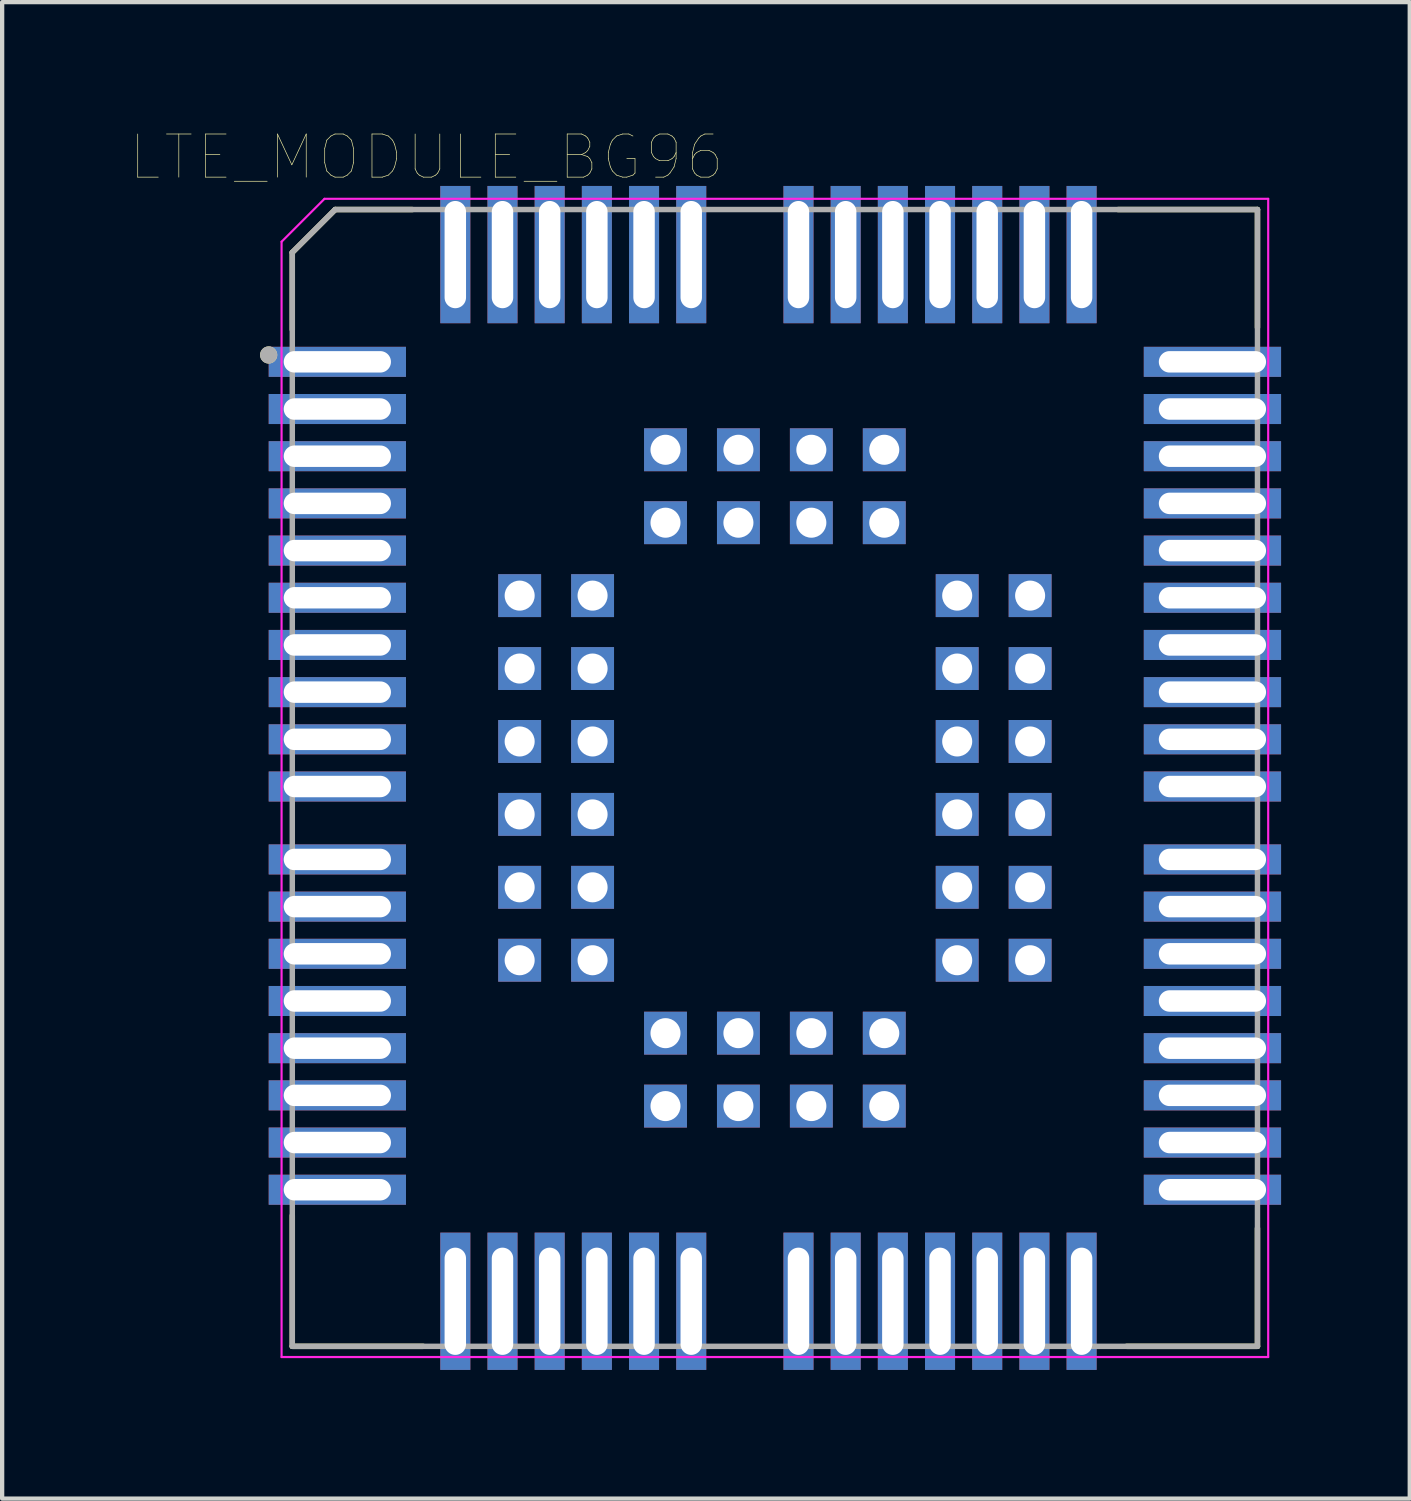
<source format=kicad_pcb>
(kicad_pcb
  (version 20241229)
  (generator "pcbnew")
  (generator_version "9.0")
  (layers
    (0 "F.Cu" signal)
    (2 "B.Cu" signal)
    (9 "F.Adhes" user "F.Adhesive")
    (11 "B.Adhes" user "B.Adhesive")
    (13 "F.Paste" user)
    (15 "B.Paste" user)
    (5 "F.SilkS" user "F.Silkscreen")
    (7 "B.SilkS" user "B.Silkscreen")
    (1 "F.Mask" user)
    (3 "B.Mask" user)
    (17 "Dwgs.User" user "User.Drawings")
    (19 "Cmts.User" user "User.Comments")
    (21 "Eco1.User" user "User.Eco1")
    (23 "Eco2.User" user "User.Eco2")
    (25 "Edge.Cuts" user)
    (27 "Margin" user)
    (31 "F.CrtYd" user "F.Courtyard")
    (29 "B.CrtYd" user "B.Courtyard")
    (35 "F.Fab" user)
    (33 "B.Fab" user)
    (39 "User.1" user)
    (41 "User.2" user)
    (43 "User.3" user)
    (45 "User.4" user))
  (footprint "LTE_MODULE_BG96"
    (layer "F.Cu")
    (at 15.014 15.085)
    (property "Reference" "LTE_MODULE_BG96" (at -8.123 -14.47 0) (layer "F.SilkS") (effects (font (size 1.006 1.006) (thickness 0.015))))
    (attr through_hole)
    (fp_line (start -11.25 -12.25) (end -11.25 -10.45) (stroke (width 0.127) (type solid)) (layer "F.SilkS"))
    (fp_line (start -11.25 10.2) (end -11.25 13.25) (stroke (width 0.127) (type solid)) (layer "F.SilkS"))
    (fp_line (start -11.25 13.25) (end -8.2 13.25) (stroke (width 0.127) (type solid)) (layer "F.SilkS"))
    (fp_line (start -10.25 -13.25) (end -11.25 -12.25) (stroke (width 0.127) (type solid)) (layer "F.SilkS"))
    (fp_line (start -10.25 -13.25) (end -8.45 -13.25) (stroke (width 0.127) (type solid)) (layer "F.SilkS"))
    (fp_line (start 8 -13.25) (end 11.25 -13.25) (stroke (width 0.127) (type solid)) (layer "F.SilkS"))
    (fp_line (start 8.2 13.25) (end 11.25 13.25) (stroke (width 0.127) (type solid)) (layer "F.SilkS"))
    (fp_line (start 11.25 -10.5) (end 11.25 -13.25) (stroke (width 0.127) (type solid)) (layer "F.SilkS"))
    (fp_line (start 11.25 13.25) (end 11.25 10.5) (stroke (width 0.127) (type solid)) (layer "F.SilkS"))
    (fp_circle (center -11.801 -9.86) (end -11.701 -9.86) (stroke (width 0.2) (type solid)) (fill no) (layer "F.SilkS"))
    (fp_line (start -11.5 -12.5) (end -11.5 13.5) (stroke (width 0.05) (type solid)) (layer "F.CrtYd"))
    (fp_line (start -11.5 13.5) (end 11.5 13.5) (stroke (width 0.05) (type solid)) (layer "F.CrtYd"))
    (fp_line (start -10.5 -13.5) (end -11.5 -12.5) (stroke (width 0.05) (type solid)) (layer "F.CrtYd"))
    (fp_line (start 11.5 -13.5) (end -10.5 -13.5) (stroke (width 0.05) (type solid)) (layer "F.CrtYd"))
    (fp_line (start 11.5 13.5) (end 11.5 -13.5) (stroke (width 0.05) (type solid)) (layer "F.CrtYd"))
    (fp_line (start -11.25 -12.25) (end -11.25 13.25) (stroke (width 0.127) (type solid)) (layer "F.Fab"))
    (fp_line (start -11.25 13.25) (end 11.25 13.25) (stroke (width 0.127) (type solid)) (layer "F.Fab"))
    (fp_line (start -10.25 -13.25) (end -11.25 -12.25) (stroke (width 0.127) (type solid)) (layer "F.Fab"))
    (fp_line (start 11.25 -13.25) (end -10.25 -13.25) (stroke (width 0.127) (type solid)) (layer "F.Fab"))
    (fp_line (start 11.25 13.25) (end 11.25 -13.25) (stroke (width 0.127) (type solid)) (layer "F.Fab"))
    (fp_circle (center -11.801 -9.86) (end -11.701 -9.86) (stroke (width 0.2) (type solid)) (fill no) (layer "F.Fab"))
    (pad "1" thru_hole rect (at -10.2 -9.7) (size 3.2 0.7) (drill oval 2.5 0.5) (layers "*.Cu" "*.Mask"))
    (pad "2" thru_hole rect (at -10.2 -8.6) (size 3.2 0.7) (drill oval 2.5 0.5) (layers "*.Cu" "*.Mask"))
    (pad "3" thru_hole rect (at -10.2 -7.5) (size 3.2 0.7) (drill oval 2.5 0.5) (layers "*.Cu" "*.Mask"))
    (pad "4" thru_hole rect (at -10.2 -6.4) (size 3.2 0.7) (drill oval 2.5 0.5) (layers "*.Cu" "*.Mask"))
    (pad "5" thru_hole rect (at -10.2 -5.3) (size 3.2 0.7) (drill oval 2.5 0.5) (layers "*.Cu" "*.Mask"))
    (pad "6" thru_hole rect (at -10.2 -4.2) (size 3.2 0.7) (drill oval 2.5 0.5) (layers "*.Cu" "*.Mask"))
    (pad "7" thru_hole rect (at -10.2 -3.1) (size 3.2 0.7) (drill oval 2.5 0.5) (layers "*.Cu" "*.Mask"))
    (pad "8" thru_hole rect (at -10.2 -2) (size 3.2 0.7) (drill oval 2.5 0.5) (layers "*.Cu" "*.Mask"))
    (pad "9" thru_hole rect (at -10.2 -0.9) (size 3.2 0.7) (drill oval 2.5 0.5) (layers "*.Cu" "*.Mask"))
    (pad "10" thru_hole rect (at -10.2 0.2) (size 3.2 0.7) (drill oval 2.5 0.5) (layers "*.Cu" "*.Mask"))
    (pad "11" thru_hole rect (at -10.2 1.9) (size 3.2 0.7) (drill oval 2.5 0.5) (layers "*.Cu" "*.Mask"))
    (pad "12" thru_hole rect (at -10.2 3) (size 3.2 0.7) (drill oval 2.5 0.5) (layers "*.Cu" "*.Mask"))
    (pad "13" thru_hole rect (at -10.2 4.1) (size 3.2 0.7) (drill oval 2.5 0.5) (layers "*.Cu" "*.Mask"))
    (pad "14" thru_hole rect (at -10.2 5.2) (size 3.2 0.7) (drill oval 2.5 0.5) (layers "*.Cu" "*.Mask"))
    (pad "15" thru_hole rect (at -10.2 6.3) (size 3.2 0.7) (drill oval 2.5 0.5) (layers "*.Cu" "*.Mask"))
    (pad "16" thru_hole rect (at -10.2 7.4) (size 3.2 0.7) (drill oval 2.5 0.5) (layers "*.Cu" "*.Mask"))
    (pad "17" thru_hole rect (at -10.2 8.5) (size 3.2 0.7) (drill oval 2.5 0.5) (layers "*.Cu" "*.Mask"))
    (pad "18" thru_hole rect (at -10.2 9.6) (size 3.2 0.7) (drill oval 2.5 0.5) (layers "*.Cu" "*.Mask"))
    (pad "19" thru_hole rect (at -7.45 12.2 90) (size 3.2 0.7) (drill oval 2.5 0.5) (layers "*.Cu" "*.Mask"))
    (pad "20" thru_hole rect (at -6.35 12.2 90) (size 3.2 0.7) (drill oval 2.5 0.5) (layers "*.Cu" "*.Mask"))
    (pad "21" thru_hole rect (at -5.25 12.2 90) (size 3.2 0.7) (drill oval 2.5 0.5) (layers "*.Cu" "*.Mask"))
    (pad "22" thru_hole rect (at -4.15 12.2 90) (size 3.2 0.7) (drill oval 2.5 0.5) (layers "*.Cu" "*.Mask"))
    (pad "23" thru_hole rect (at -3.05 12.2 90) (size 3.2 0.7) (drill oval 2.5 0.5) (layers "*.Cu" "*.Mask"))
    (pad "24" thru_hole rect (at -1.95 12.2 90) (size 3.2 0.7) (drill oval 2.5 0.5) (layers "*.Cu" "*.Mask"))
    (pad "25" thru_hole rect (at 0.55 12.2 90) (size 3.2 0.7) (drill oval 2.5 0.5) (layers "*.Cu" "*.Mask"))
    (pad "26" thru_hole rect (at 1.65 12.2 90) (size 3.2 0.7) (drill oval 2.5 0.5) (layers "*.Cu" "*.Mask"))
    (pad "27" thru_hole rect (at 2.75 12.2 90) (size 3.2 0.7) (drill oval 2.5 0.5) (layers "*.Cu" "*.Mask"))
    (pad "28" thru_hole rect (at 3.85 12.2 90) (size 3.2 0.7) (drill oval 2.5 0.5) (layers "*.Cu" "*.Mask"))
    (pad "29" thru_hole rect (at 4.95 12.2 90) (size 3.2 0.7) (drill oval 2.5 0.5) (layers "*.Cu" "*.Mask"))
    (pad "30" thru_hole rect (at 6.05 12.2 90) (size 3.2 0.7) (drill oval 2.5 0.5) (layers "*.Cu" "*.Mask"))
    (pad "31" thru_hole rect (at 7.15 12.2 90) (size 3.2 0.7) (drill oval 2.5 0.5) (layers "*.Cu" "*.Mask"))
    (pad "32" thru_hole rect (at 10.2 9.6 180) (size 3.2 0.7) (drill oval 2.5 0.5) (layers "*.Cu" "*.Mask"))
    (pad "33" thru_hole rect (at 10.2 8.5 180) (size 3.2 0.7) (drill oval 2.5 0.5) (layers "*.Cu" "*.Mask"))
    (pad "34" thru_hole rect (at 10.2 7.4 180) (size 3.2 0.7) (drill oval 2.5 0.5) (layers "*.Cu" "*.Mask"))
    (pad "35" thru_hole rect (at 10.2 6.3 180) (size 3.2 0.7) (drill oval 2.5 0.5) (layers "*.Cu" "*.Mask"))
    (pad "36" thru_hole rect (at 10.2 5.2 180) (size 3.2 0.7) (drill oval 2.5 0.5) (layers "*.Cu" "*.Mask"))
    (pad "37" thru_hole rect (at 10.2 4.1 180) (size 3.2 0.7) (drill oval 2.5 0.5) (layers "*.Cu" "*.Mask"))
    (pad "38" thru_hole rect (at 10.2 3 180) (size 3.2 0.7) (drill oval 2.5 0.5) (layers "*.Cu" "*.Mask"))
    (pad "39" thru_hole rect (at 10.2 1.9 180) (size 3.2 0.7) (drill oval 2.5 0.5) (layers "*.Cu" "*.Mask"))
    (pad "40" thru_hole rect (at 10.2 0.2 180) (size 3.2 0.7) (drill oval 2.5 0.5) (layers "*.Cu" "*.Mask"))
    (pad "41" thru_hole rect (at 10.2 -0.9 180) (size 3.2 0.7) (drill oval 2.5 0.5) (layers "*.Cu" "*.Mask"))
    (pad "42" thru_hole rect (at 10.2 -2 180) (size 3.2 0.7) (drill oval 2.5 0.5) (layers "*.Cu" "*.Mask"))
    (pad "43" thru_hole rect (at 10.2 -3.1 180) (size 3.2 0.7) (drill oval 2.5 0.5) (layers "*.Cu" "*.Mask"))
    (pad "44" thru_hole rect (at 10.2 -4.2 180) (size 3.2 0.7) (drill oval 2.5 0.5) (layers "*.Cu" "*.Mask"))
    (pad "45" thru_hole rect (at 10.2 -5.3 180) (size 3.2 0.7) (drill oval 2.5 0.5) (layers "*.Cu" "*.Mask"))
    (pad "46" thru_hole rect (at 10.2 -6.4 180) (size 3.2 0.7) (drill oval 2.5 0.5) (layers "*.Cu" "*.Mask"))
    (pad "47" thru_hole rect (at 10.2 -7.5 180) (size 3.2 0.7) (drill oval 2.5 0.5) (layers "*.Cu" "*.Mask"))
    (pad "48" thru_hole rect (at 10.2 -8.6 180) (size 3.2 0.7) (drill oval 2.5 0.5) (layers "*.Cu" "*.Mask"))
    (pad "49" thru_hole rect (at 10.2 -9.7 180) (size 3.2 0.7) (drill oval 2.5 0.5) (layers "*.Cu" "*.Mask"))
    (pad "50" thru_hole rect (at 7.15 -12.2 270) (size 3.2 0.7) (drill oval 2.5 0.5) (layers "*.Cu" "*.Mask"))
    (pad "51" thru_hole rect (at 6.05 -12.2 270) (size 3.2 0.7) (drill oval 2.5 0.5) (layers "*.Cu" "*.Mask"))
    (pad "52" thru_hole rect (at 4.95 -12.2 270) (size 3.2 0.7) (drill oval 2.5 0.5) (layers "*.Cu" "*.Mask"))
    (pad "53" thru_hole rect (at 3.85 -12.2 270) (size 3.2 0.7) (drill oval 2.5 0.5) (layers "*.Cu" "*.Mask"))
    (pad "54" thru_hole rect (at 2.75 -12.2 270) (size 3.2 0.7) (drill oval 2.5 0.5) (layers "*.Cu" "*.Mask"))
    (pad "55" thru_hole rect (at 1.65 -12.2 270) (size 3.2 0.7) (drill oval 2.5 0.5) (layers "*.Cu" "*.Mask"))
    (pad "56" thru_hole rect (at 0.55 -12.2 270) (size 3.2 0.7) (drill oval 2.5 0.5) (layers "*.Cu" "*.Mask"))
    (pad "57" thru_hole rect (at -1.95 -12.2 270) (size 3.2 0.7) (drill oval 2.5 0.5) (layers "*.Cu" "*.Mask"))
    (pad "58" thru_hole rect (at -3.05 -12.2 270) (size 3.2 0.7) (drill oval 2.5 0.5) (layers "*.Cu" "*.Mask"))
    (pad "59" thru_hole rect (at -4.15 -12.2 270) (size 3.2 0.7) (drill oval 2.5 0.5) (layers "*.Cu" "*.Mask"))
    (pad "60" thru_hole rect (at -5.25 -12.2 270) (size 3.2 0.7) (drill oval 2.5 0.5) (layers "*.Cu" "*.Mask"))
    (pad "61" thru_hole rect (at -6.35 -12.2 270) (size 3.2 0.7) (drill oval 2.5 0.5) (layers "*.Cu" "*.Mask"))
    (pad "62" thru_hole rect (at -7.45 -12.2 270) (size 3.2 0.7) (drill oval 2.5 0.5) (layers "*.Cu" "*.Mask"))
    (pad "63" thru_hole rect (at -5.95 -4.25) (size 1 1) (drill 0.7) (layers "*.Cu" "*.Mask"))
    (pad "64" thru_hole rect (at -5.95 -2.55) (size 1 1) (drill 0.7) (layers "*.Cu" "*.Mask"))
    (pad "65" thru_hole rect (at -5.95 -0.85) (size 1 1) (drill 0.7) (layers "*.Cu" "*.Mask"))
    (pad "66" thru_hole rect (at -5.95 0.85) (size 1 1) (drill 0.7) (layers "*.Cu" "*.Mask"))
    (pad "67" thru_hole rect (at -5.95 2.55) (size 1 1) (drill 0.7) (layers "*.Cu" "*.Mask"))
    (pad "68" thru_hole rect (at -5.95 4.25) (size 1 1) (drill 0.7) (layers "*.Cu" "*.Mask"))
    (pad "69" thru_hole rect (at -2.55 7.65) (size 1 1) (drill 0.7) (layers "*.Cu" "*.Mask"))
    (pad "70" thru_hole rect (at -0.85 7.65) (size 1 1) (drill 0.7) (layers "*.Cu" "*.Mask"))
    (pad "71" thru_hole rect (at 0.85 7.65) (size 1 1) (drill 0.7) (layers "*.Cu" "*.Mask"))
    (pad "72" thru_hole rect (at 2.55 7.65) (size 1 1) (drill 0.7) (layers "*.Cu" "*.Mask"))
    (pad "73" thru_hole rect (at 5.95 4.25) (size 1 1) (drill 0.7) (layers "*.Cu" "*.Mask"))
    (pad "74" thru_hole rect (at 5.95 2.55) (size 1 1) (drill 0.7) (layers "*.Cu" "*.Mask"))
    (pad "75" thru_hole rect (at 5.95 0.85) (size 1 1) (drill 0.7) (layers "*.Cu" "*.Mask"))
    (pad "76" thru_hole rect (at 5.95 -0.85) (size 1 1) (drill 0.7) (layers "*.Cu" "*.Mask"))
    (pad "77" thru_hole rect (at 5.95 -2.55) (size 1 1) (drill 0.7) (layers "*.Cu" "*.Mask"))
    (pad "78" thru_hole rect (at 5.95 -4.25) (size 1 1) (drill 0.7) (layers "*.Cu" "*.Mask"))
    (pad "79" thru_hole rect (at 2.55 -7.65) (size 1 1) (drill 0.7) (layers "*.Cu" "*.Mask"))
    (pad "80" thru_hole rect (at 0.85 -7.65) (size 1 1) (drill 0.7) (layers "*.Cu" "*.Mask"))
    (pad "81" thru_hole rect (at -0.85 -7.65) (size 1 1) (drill 0.7) (layers "*.Cu" "*.Mask"))
    (pad "82" thru_hole rect (at -2.55 -7.65) (size 1 1) (drill 0.7) (layers "*.Cu" "*.Mask"))
    (pad "83" thru_hole rect (at -4.25 -4.25) (size 1 1) (drill 0.7) (layers "*.Cu" "*.Mask"))
    (pad "84" thru_hole rect (at -4.25 -2.55) (size 1 1) (drill 0.7) (layers "*.Cu" "*.Mask"))
    (pad "85" thru_hole rect (at -4.25 -0.85) (size 1 1) (drill 0.7) (layers "*.Cu" "*.Mask"))
    (pad "86" thru_hole rect (at -4.25 0.85) (size 1 1) (drill 0.7) (layers "*.Cu" "*.Mask"))
    (pad "87" thru_hole rect (at -4.25 2.55) (size 1 1) (drill 0.7) (layers "*.Cu" "*.Mask"))
    (pad "88" thru_hole rect (at -4.25 4.25) (size 1 1) (drill 0.7) (layers "*.Cu" "*.Mask"))
    (pad "89" thru_hole rect (at -2.55 5.95) (size 1 1) (drill 0.7) (layers "*.Cu" "*.Mask"))
    (pad "90" thru_hole rect (at -0.85 5.95) (size 1 1) (drill 0.7) (layers "*.Cu" "*.Mask"))
    (pad "91" thru_hole rect (at 0.85 5.95) (size 1 1) (drill 0.7) (layers "*.Cu" "*.Mask"))
    (pad "92" thru_hole rect (at 2.55 5.95) (size 1 1) (drill 0.7) (layers "*.Cu" "*.Mask"))
    (pad "93" thru_hole rect (at 4.25 4.25) (size 1 1) (drill 0.7) (layers "*.Cu" "*.Mask"))
    (pad "94" thru_hole rect (at 4.25 2.55) (size 1 1) (drill 0.7) (layers "*.Cu" "*.Mask"))
    (pad "95" thru_hole rect (at 4.25 0.85) (size 1 1) (drill 0.7) (layers "*.Cu" "*.Mask"))
    (pad "96" thru_hole rect (at 4.25 -0.85) (size 1 1) (drill 0.7) (layers "*.Cu" "*.Mask"))
    (pad "97" thru_hole rect (at 4.25 -2.55) (size 1 1) (drill 0.7) (layers "*.Cu" "*.Mask"))
    (pad "98" thru_hole rect (at 4.25 -4.25) (size 1 1) (drill 0.7) (layers "*.Cu" "*.Mask"))
    (pad "99" thru_hole rect (at 2.55 -5.95) (size 1 1) (drill 0.7) (layers "*.Cu" "*.Mask"))
    (pad "100" thru_hole rect (at 0.85 -5.95) (size 1 1) (drill 0.7) (layers "*.Cu" "*.Mask"))
    (pad "101" thru_hole rect (at -0.85 -5.95) (size 1 1) (drill 0.7) (layers "*.Cu" "*.Mask"))
    (pad "102" thru_hole rect (at -2.55 -5.95) (size 1 1) (drill 0.7) (layers "*.Cu" "*.Mask")))
  (gr_rect
    (start -3 -3)
    (end 29.814 31.885)
    (stroke (width 0.1) (type default))
    (fill no)
    (layer "Edge.Cuts")))
</source>
